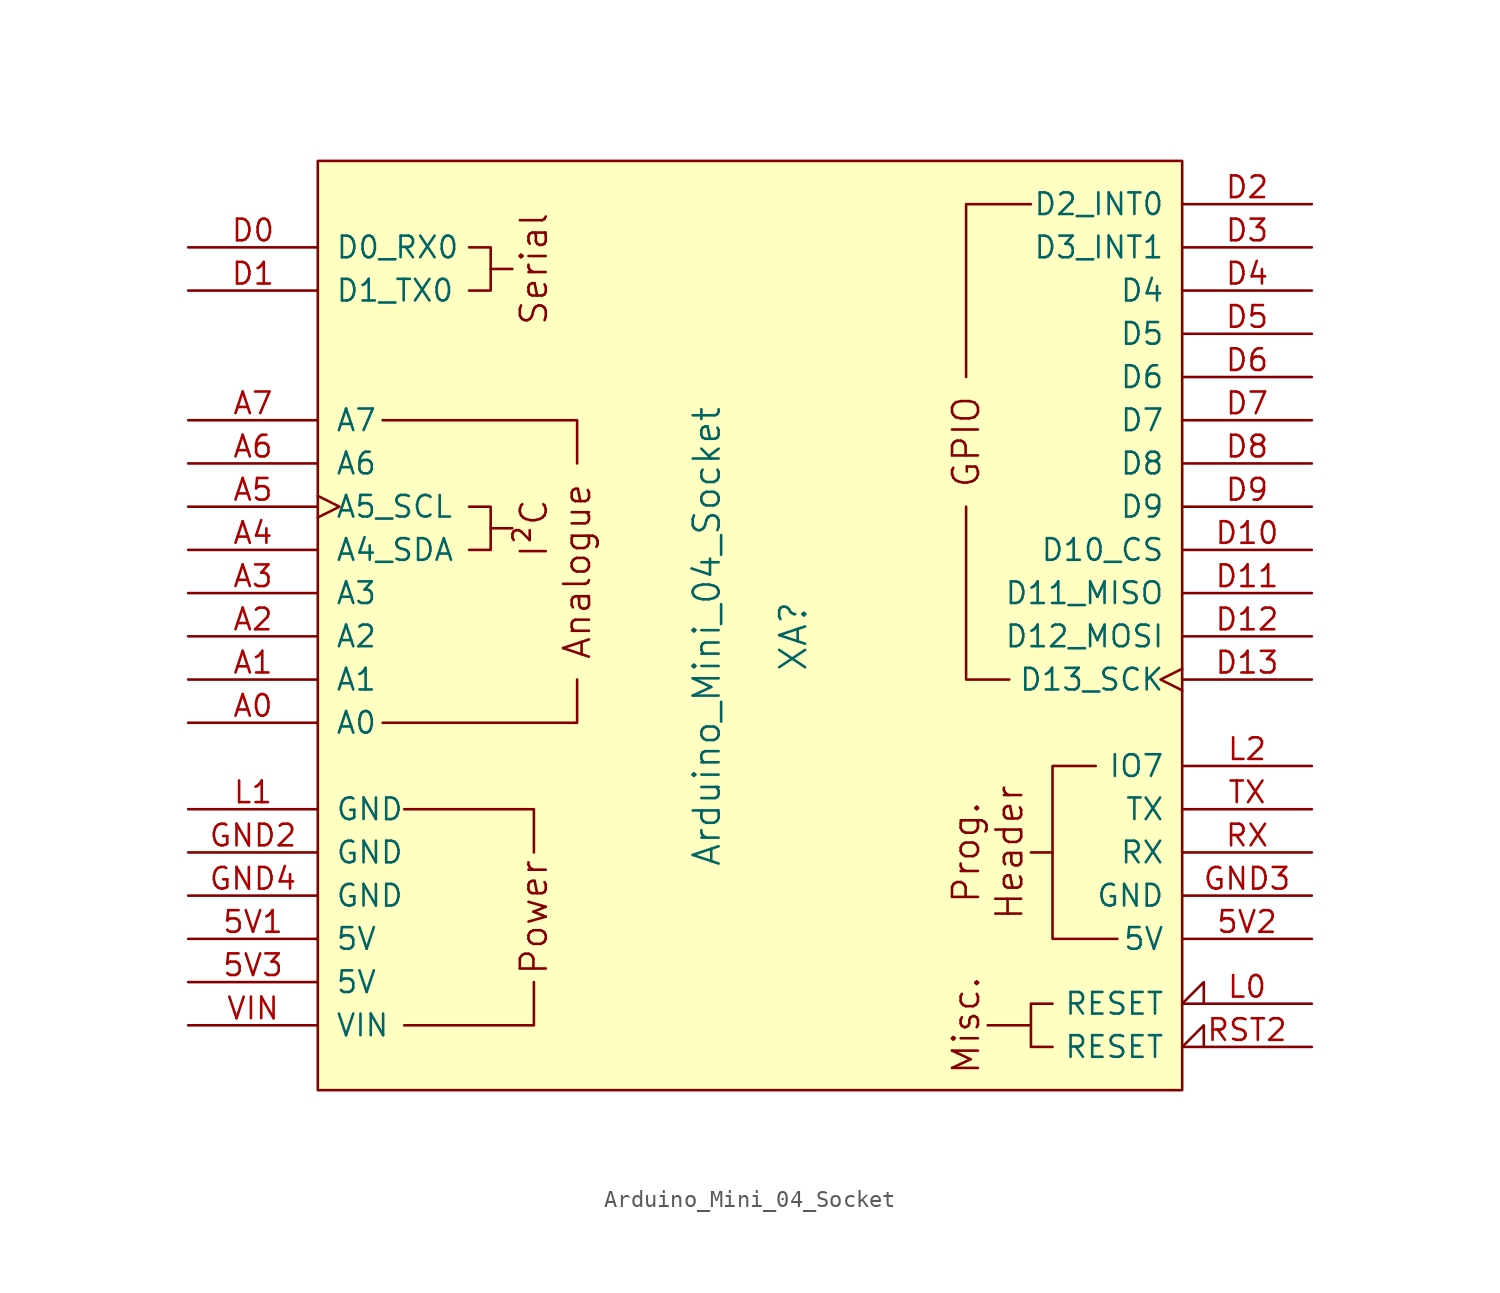
<source format=kicad_sym>
(kicad_symbol_lib
  (version 20231120)
  (generator "kicad_symbol_editor")
  (generator_version "8.0")
  (symbol "Arduino_Mini_04_Socket"
    (pin_names
      (offset 1.016))
    (property "Reference" "XA"
      (at 2.54 0 90)
      (effects (font (size 1.524 1.524))))
    (property "Value" "Arduino_Mini_04_Socket"
      (at -2.54 0 90)
      (effects (font (size 1.524 1.524))))
    (symbol "Arduino_Mini_04_Socket_0_0"
      (rectangle (start -25.4 27.94) (end 25.4 -26.67) (stroke (width 0) (type solid)) (fill (type background)))
      (polyline (pts (xy -15.24 6.35) (xy -13.97 6.35)) (stroke (width 0) (type solid)) (fill (type none)))
      (polyline (pts (xy -15.24 21.59) (xy -13.97 21.59)) (stroke (width 0) (type solid)) (fill (type none)))
      (polyline (pts (xy 16.51 -22.86) (xy 13.97 -22.86)) (stroke (width 0) (type solid)) (fill (type none)))
      (polyline (pts (xy -20.32 -22.86) (xy -12.7 -22.86) (xy -12.7 -20.32)) (stroke (width 0) (type solid)) (fill (type none)))
      (polyline (pts (xy -12.7 -12.7) (xy -12.7 -10.16) (xy -20.32 -10.16)) (stroke (width 0) (type solid)) (fill (type none)))
      (polyline (pts (xy -10.16 -2.54) (xy -10.16 -5.08) (xy -21.59 -5.08)) (stroke (width 0) (type solid)) (fill (type none)))
      (polyline (pts (xy -10.16 10.16) (xy -10.16 12.7) (xy -21.59 12.7)) (stroke (width 0) (type solid)) (fill (type none)))
      (polyline (pts (xy 17.78 -12.7) (xy 17.78 -17.78) (xy 21.59 -17.78)) (stroke (width 0) (type solid)) (fill (type none)))
      (polyline (pts (xy -16.51 7.62) (xy -15.24 7.62) (xy -15.24 5.08) (xy -16.51 5.08)) (stroke (width 0) (type solid)) (fill (type none)))
      (polyline (pts (xy -16.51 22.86) (xy -15.24 22.86) (xy -15.24 20.32) (xy -16.51 20.32)) (stroke (width 0) (type solid)) (fill (type none)))
      (polyline (pts (xy 20.32 -7.62) (xy 17.78 -7.62) (xy 17.78 -12.7) (xy 16.51 -12.7)) (stroke (width 0) (type solid)) (fill (type none)))
      (text "Analogue" (at -10.16 3.81 900) (effects (font (size 1.524 1.524))))
      (text "Header" (at 15.24 -12.7 900) (effects (font (size 1.524 1.524))))
      (text "I²C" (at -12.7 6.35 900) (effects (font (size 1.524 1.524))))
      (text "Misc." (at 12.7 -22.86 900) (effects (font (size 1.524 1.524))))
      (text "Power" (at -12.7 -16.51 900) (effects (font (size 1.524 1.524))))
      (text "Prog." (at 12.7 -12.7 900) (effects (font (size 1.524 1.524))))
      (text "Serial" (at -12.7 21.59 900) (effects (font (size 1.524 1.524)))))
    (symbol "Arduino_Mini_04_Socket_0_1"
      (polyline (pts (xy 15.24 -2.54) (xy 12.7 -2.54) (xy 12.7 7.62)) (stroke (width 0) (type solid)) (fill (type none)))
      (polyline (pts (xy 16.51 25.4) (xy 12.7 25.4) (xy 12.7 15.24)) (stroke (width 0) (type solid)) (fill (type none)))
      (polyline (pts (xy 17.78 -21.59) (xy 16.51 -21.59) (xy 16.51 -24.13) (xy 17.78 -24.13)) (stroke (width 0) (type solid)) (fill (type none))))
    (symbol "Arduino_Mini_04_Socket_1_0"
      (text "GPIO" (at 12.7 11.43 900) (effects (font (size 1.524 1.524)))))
    (symbol "Arduino_Mini_04_Socket_1_1"
      (pin power_in line (at -33.02 -17.78 0) (length 7.62) (name "5V" (effects (font (size 1.27 1.27)))) (number "5V1" (effects (font (size 1.27 1.27)))))
      (pin power_in line (at 33.02 -17.78 180) (length 7.62) (name "5V" (effects (font (size 1.27 1.27)))) (number "5V2" (effects (font (size 1.27 1.27)))))
      (pin power_in line (at -33.02 -20.32 0) (length 7.62) (name "5V" (effects (font (size 1.27 1.27)))) (number "5V3" (effects (font (size 1.27 1.27)))))
      (pin bidirectional line (at -33.02 -5.08 0) (length 7.62) (name "A0" (effects (font (size 1.27 1.27)))) (number "A0" (effects (font (size 1.27 1.27)))))
      (pin bidirectional line (at -33.02 -2.54 0) (length 7.62) (name "A1" (effects (font (size 1.27 1.27)))) (number "A1" (effects (font (size 1.27 1.27)))))
      (pin bidirectional line (at -33.02 0 0) (length 7.62) (name "A2" (effects (font (size 1.27 1.27)))) (number "A2" (effects (font (size 1.27 1.27)))))
      (pin bidirectional line (at -33.02 2.54 0) (length 7.62) (name "A3" (effects (font (size 1.27 1.27)))) (number "A3" (effects (font (size 1.27 1.27)))))
      (pin bidirectional line (at -33.02 5.08 0) (length 7.62) (name "A4_SDA" (effects (font (size 1.27 1.27)))) (number "A4" (effects (font (size 1.27 1.27)))))
      (pin bidirectional clock (at -33.02 7.62 0) (length 7.62) (name "A5_SCL" (effects (font (size 1.27 1.27)))) (number "A5" (effects (font (size 1.27 1.27)))))
      (pin input line (at -33.02 10.16 0) (length 7.62) (name "A6" (effects (font (size 1.27 1.27)))) (number "A6" (effects (font (size 1.27 1.27)))))
      (pin input line (at -33.02 12.7 0) (length 7.62) (name "A7" (effects (font (size 1.27 1.27)))) (number "A7" (effects (font (size 1.27 1.27)))))
      (pin bidirectional line (at -33.02 22.86 0) (length 7.62) (name "D0_RX0" (effects (font (size 1.27 1.27)))) (number "D0" (effects (font (size 1.27 1.27)))))
      (pin bidirectional line (at -33.02 20.32 0) (length 7.62) (name "D1_TX0" (effects (font (size 1.27 1.27)))) (number "D1" (effects (font (size 1.27 1.27)))))
      (pin bidirectional line (at 33.02 5.08 180) (length 7.62) (name "D10_CS" (effects (font (size 1.27 1.27)))) (number "D10" (effects (font (size 1.27 1.27)))))
      (pin bidirectional line (at 33.02 2.54 180) (length 7.62) (name "D11_MISO" (effects (font (size 1.27 1.27)))) (number "D11" (effects (font (size 1.27 1.27)))))
      (pin bidirectional line (at 33.02 0 180) (length 7.62) (name "D12_MOSI" (effects (font (size 1.27 1.27)))) (number "D12" (effects (font (size 1.27 1.27)))))
      (pin bidirectional clock (at 33.02 -2.54 180) (length 7.62) (name "D13_SCK" (effects (font (size 1.27 1.27)))) (number "D13" (effects (font (size 1.27 1.27)))))
      (pin bidirectional line (at 33.02 25.4 180) (length 7.62) (name "D2_INT0" (effects (font (size 1.27 1.27)))) (number "D2" (effects (font (size 1.27 1.27)))))
      (pin bidirectional line (at 33.02 22.86 180) (length 7.62) (name "D3_INT1" (effects (font (size 1.27 1.27)))) (number "D3" (effects (font (size 1.27 1.27)))))
      (pin bidirectional line (at 33.02 20.32 180) (length 7.62) (name "D4" (effects (font (size 1.27 1.27)))) (number "D4" (effects (font (size 1.27 1.27)))))
      (pin bidirectional line (at 33.02 17.78 180) (length 7.62) (name "D5" (effects (font (size 1.27 1.27)))) (number "D5" (effects (font (size 1.27 1.27)))))
      (pin bidirectional line (at 33.02 15.24 180) (length 7.62) (name "D6" (effects (font (size 1.27 1.27)))) (number "D6" (effects (font (size 1.27 1.27)))))
      (pin bidirectional line (at 33.02 12.7 180) (length 7.62) (name "D7" (effects (font (size 1.27 1.27)))) (number "D7" (effects (font (size 1.27 1.27)))))
      (pin bidirectional line (at 33.02 10.16 180) (length 7.62) (name "D8" (effects (font (size 1.27 1.27)))) (number "D8" (effects (font (size 1.27 1.27)))))
      (pin bidirectional line (at 33.02 7.62 180) (length 7.62) (name "D9" (effects (font (size 1.27 1.27)))) (number "D9" (effects (font (size 1.27 1.27)))))
      (pin power_in line (at -33.02 -12.7 0) (length 7.62) (name "GND" (effects (font (size 1.27 1.27)))) (number "GND2" (effects (font (size 1.27 1.27)))))
      (pin power_in line (at 33.02 -15.24 180) (length 7.62) (name "GND" (effects (font (size 1.27 1.27)))) (number "GND3" (effects (font (size 1.27 1.27)))))
      (pin power_in line (at -33.02 -15.24 0) (length 7.62) (name "GND" (effects (font (size 1.27 1.27)))) (number "GND4" (effects (font (size 1.27 1.27)))))
      (pin open_collector input_low (at 33.02 -21.59 180) (length 7.62) (name "RESET" (effects (font (size 1.27 1.27)))) (number "L0" (effects (font (size 1.27 1.27)))))
      (pin power_in line (at -33.02 -10.16 0) (length 7.62) (name "GND" (effects (font (size 1.27 1.27)))) (number "L1" (effects (font (size 1.27 1.27)))))
      (pin bidirectional line (at 33.02 -7.62 180) (length 7.62) (name "IO7" (effects (font (size 1.27 1.27)))) (number "L2" (effects (font (size 1.27 1.27)))))
      (pin open_collector input_low (at 33.02 -24.13 180) (length 7.62) (name "RESET" (effects (font (size 1.27 1.27)))) (number "RST2" (effects (font (size 1.27 1.27)))))
      (pin bidirectional line (at 33.02 -12.7 180) (length 7.62) (name "RX" (effects (font (size 1.27 1.27)))) (number "RX" (effects (font (size 1.27 1.27)))))
      (pin bidirectional line (at 33.02 -10.16 180) (length 7.62) (name "TX" (effects (font (size 1.27 1.27)))) (number "TX" (effects (font (size 1.27 1.27)))))
      (pin power_in line (at -33.02 -22.86 0) (length 7.62) (name "VIN" (effects (font (size 1.27 1.27)))) (number "VIN" (effects (font (size 1.27 1.27))))))))
</source>
